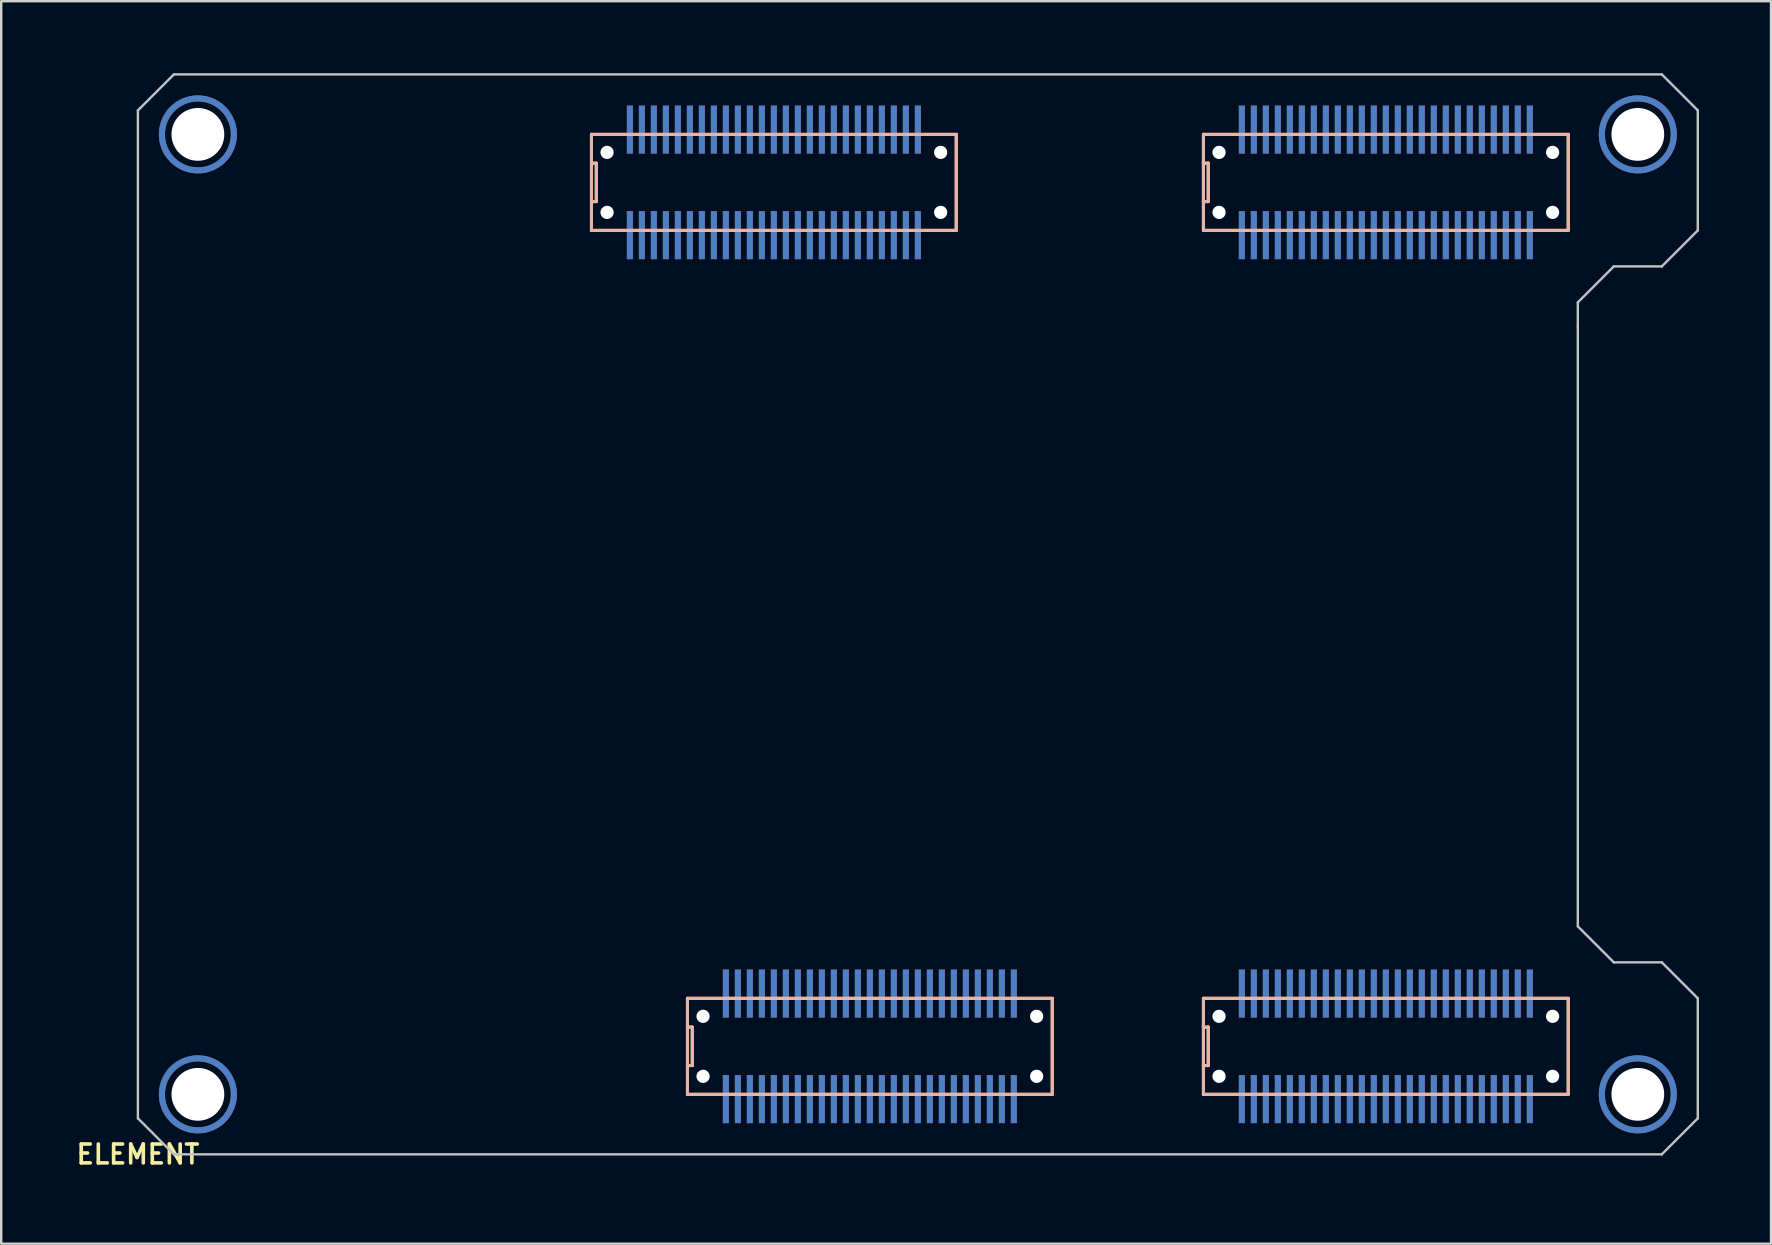
<source format=kicad_pcb>
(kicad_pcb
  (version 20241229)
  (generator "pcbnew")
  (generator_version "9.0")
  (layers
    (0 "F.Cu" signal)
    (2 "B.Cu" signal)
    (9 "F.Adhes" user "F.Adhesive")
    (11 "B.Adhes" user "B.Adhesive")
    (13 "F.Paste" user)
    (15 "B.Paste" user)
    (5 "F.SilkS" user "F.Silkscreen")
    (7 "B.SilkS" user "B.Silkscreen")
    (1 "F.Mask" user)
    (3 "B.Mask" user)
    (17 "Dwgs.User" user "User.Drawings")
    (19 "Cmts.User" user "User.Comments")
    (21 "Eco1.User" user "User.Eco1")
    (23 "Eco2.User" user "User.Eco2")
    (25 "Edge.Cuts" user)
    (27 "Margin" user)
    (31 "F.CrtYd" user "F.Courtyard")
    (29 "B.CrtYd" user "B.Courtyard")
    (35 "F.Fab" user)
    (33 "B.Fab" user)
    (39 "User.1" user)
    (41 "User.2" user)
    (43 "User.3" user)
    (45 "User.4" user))
  (footprint "ELEMENT"
    (layer "F.Cu")
    (at 2.696 45.05)
    (property "Reference" "ELEMENT" (at 0 0 0) (layer "F.SilkS") (effects (font (size 0.787 0.787) (thickness 0.15))))
    (attr smd)
    (fp_circle (center 2.5 -42.5) (end 4 -42.5) (stroke (width 0.254) (type solid)) (fill no) (layer "F.Cu"))
    (fp_circle (center 2.5 -2.5) (end 4 -2.5) (stroke (width 0.254) (type solid)) (fill no) (layer "F.Cu"))
    (fp_circle (center 62.5 -42.5) (end 64 -42.5) (stroke (width 0.254) (type solid)) (fill no) (layer "F.Cu"))
    (fp_circle (center 62.5 -2.5) (end 64 -2.5) (stroke (width 0.254) (type solid)) (fill no) (layer "F.Cu"))
    (fp_circle (center 2.5 -42.5) (end 4 -42.5) (stroke (width 0.254) (type solid)) (fill no) (layer "F.Mask"))
    (fp_circle (center 2.5 -2.5) (end 4 -2.5) (stroke (width 0.254) (type solid)) (fill no) (layer "F.Mask"))
    (fp_circle (center 62.5 -42.5) (end 64 -42.5) (stroke (width 0.254) (type solid)) (fill no) (layer "F.Mask"))
    (fp_circle (center 62.5 -2.5) (end 64 -2.5) (stroke (width 0.254) (type solid)) (fill no) (layer "F.Mask"))
    (fp_circle (center 2.5 -42.5) (end 4 -42.5) (stroke (width 0.254) (type solid)) (fill no) (layer "B.Cu"))
    (fp_circle (center 2.5 -2.5) (end 4 -2.5) (stroke (width 0.254) (type solid)) (fill no) (layer "B.Cu"))
    (fp_circle (center 62.5 -42.5) (end 64 -42.5) (stroke (width 0.254) (type solid)) (fill no) (layer "B.Cu"))
    (fp_circle (center 62.5 -2.5) (end 64 -2.5) (stroke (width 0.254) (type solid)) (fill no) (layer "B.Cu"))
    (fp_circle (center 2.5 -42.5) (end 4 -42.5) (stroke (width 0.254) (type solid)) (fill no) (layer "B.Mask"))
    (fp_circle (center 2.5 -2.5) (end 4 -2.5) (stroke (width 0.254) (type solid)) (fill no) (layer "B.Mask"))
    (fp_circle (center 62.5 -42.5) (end 64 -42.5) (stroke (width 0.254) (type solid)) (fill no) (layer "B.Mask"))
    (fp_circle (center 62.5 -2.5) (end 64 -2.5) (stroke (width 0.254) (type solid)) (fill no) (layer "B.Mask"))
    (fp_line (start 18.9 -42.5) (end 34.1 -42.5) (stroke (width 0.127) (type solid)) (layer "F.SilkS"))
    (fp_line (start 18.9 -41.3) (end 18.9 -42.5) (stroke (width 0.127) (type solid)) (layer "F.SilkS"))
    (fp_line (start 18.9 -39.7) (end 18.9 -41.3) (stroke (width 0.127) (type solid)) (layer "F.SilkS"))
    (fp_line (start 18.9 -39.7) (end 19.1 -39.7) (stroke (width 0.127) (type solid)) (layer "F.SilkS"))
    (fp_line (start 18.9 -38.5) (end 18.9 -39.7) (stroke (width 0.127) (type solid)) (layer "F.SilkS"))
    (fp_line (start 19.1 -41.3) (end 18.9 -41.3) (stroke (width 0.127) (type solid)) (layer "F.SilkS"))
    (fp_line (start 19.1 -39.7) (end 19.1 -41.3) (stroke (width 0.127) (type solid)) (layer "F.SilkS"))
    (fp_line (start 22.9 -6.5) (end 38.1 -6.5) (stroke (width 0.127) (type solid)) (layer "F.SilkS"))
    (fp_line (start 22.9 -5.3) (end 22.9 -6.5) (stroke (width 0.127) (type solid)) (layer "F.SilkS"))
    (fp_line (start 22.9 -3.7) (end 22.9 -5.3) (stroke (width 0.127) (type solid)) (layer "F.SilkS"))
    (fp_line (start 22.9 -3.7) (end 23.1 -3.7) (stroke (width 0.127) (type solid)) (layer "F.SilkS"))
    (fp_line (start 22.9 -2.5) (end 22.9 -3.7) (stroke (width 0.127) (type solid)) (layer "F.SilkS"))
    (fp_line (start 23.1 -5.3) (end 22.9 -5.3) (stroke (width 0.127) (type solid)) (layer "F.SilkS"))
    (fp_line (start 23.1 -3.7) (end 23.1 -5.3) (stroke (width 0.127) (type solid)) (layer "F.SilkS"))
    (fp_line (start 34.1 -42.5) (end 34.1 -38.5) (stroke (width 0.127) (type solid)) (layer "F.SilkS"))
    (fp_line (start 34.1 -38.5) (end 18.9 -38.5) (stroke (width 0.127) (type solid)) (layer "F.SilkS"))
    (fp_line (start 38.1 -6.5) (end 38.1 -2.5) (stroke (width 0.127) (type solid)) (layer "F.SilkS"))
    (fp_line (start 38.1 -2.5) (end 22.9 -2.5) (stroke (width 0.127) (type solid)) (layer "F.SilkS"))
    (fp_line (start 44.4 -42.5) (end 59.6 -42.5) (stroke (width 0.127) (type solid)) (layer "F.SilkS"))
    (fp_line (start 44.4 -41.3) (end 44.4 -42.5) (stroke (width 0.127) (type solid)) (layer "F.SilkS"))
    (fp_line (start 44.4 -39.7) (end 44.4 -41.3) (stroke (width 0.127) (type solid)) (layer "F.SilkS"))
    (fp_line (start 44.4 -39.7) (end 44.6 -39.7) (stroke (width 0.127) (type solid)) (layer "F.SilkS"))
    (fp_line (start 44.4 -38.5) (end 44.4 -39.7) (stroke (width 0.127) (type solid)) (layer "F.SilkS"))
    (fp_line (start 44.4 -6.5) (end 59.6 -6.5) (stroke (width 0.127) (type solid)) (layer "F.SilkS"))
    (fp_line (start 44.4 -5.3) (end 44.4 -6.5) (stroke (width 0.127) (type solid)) (layer "F.SilkS"))
    (fp_line (start 44.4 -3.7) (end 44.4 -5.3) (stroke (width 0.127) (type solid)) (layer "F.SilkS"))
    (fp_line (start 44.4 -3.7) (end 44.6 -3.7) (stroke (width 0.127) (type solid)) (layer "F.SilkS"))
    (fp_line (start 44.4 -2.5) (end 44.4 -3.7) (stroke (width 0.127) (type solid)) (layer "F.SilkS"))
    (fp_line (start 44.6 -41.3) (end 44.4 -41.3) (stroke (width 0.127) (type solid)) (layer "F.SilkS"))
    (fp_line (start 44.6 -39.7) (end 44.6 -41.3) (stroke (width 0.127) (type solid)) (layer "F.SilkS"))
    (fp_line (start 44.6 -5.3) (end 44.4 -5.3) (stroke (width 0.127) (type solid)) (layer "F.SilkS"))
    (fp_line (start 44.6 -3.7) (end 44.6 -5.3) (stroke (width 0.127) (type solid)) (layer "F.SilkS"))
    (fp_line (start 59.6 -42.5) (end 59.6 -38.5) (stroke (width 0.127) (type solid)) (layer "F.SilkS"))
    (fp_line (start 59.6 -38.5) (end 44.4 -38.5) (stroke (width 0.127) (type solid)) (layer "F.SilkS"))
    (fp_line (start 59.6 -6.5) (end 59.6 -2.5) (stroke (width 0.127) (type solid)) (layer "F.SilkS"))
    (fp_line (start 59.6 -2.5) (end 44.4 -2.5) (stroke (width 0.127) (type solid)) (layer "F.SilkS"))
    (fp_line (start 18.9 -42.5) (end 18.9 -41.3) (stroke (width 0.127) (type solid)) (layer "B.SilkS"))
    (fp_line (start 18.9 -41.3) (end 18.9 -39.7) (stroke (width 0.127) (type solid)) (layer "B.SilkS"))
    (fp_line (start 18.9 -41.3) (end 19.1 -41.3) (stroke (width 0.127) (type solid)) (layer "B.SilkS"))
    (fp_line (start 18.9 -39.7) (end 18.9 -38.5) (stroke (width 0.127) (type solid)) (layer "B.SilkS"))
    (fp_line (start 18.9 -38.5) (end 34.1 -38.5) (stroke (width 0.127) (type solid)) (layer "B.SilkS"))
    (fp_line (start 19.1 -41.3) (end 19.1 -39.7) (stroke (width 0.127) (type solid)) (layer "B.SilkS"))
    (fp_line (start 19.1 -39.7) (end 18.9 -39.7) (stroke (width 0.127) (type solid)) (layer "B.SilkS"))
    (fp_line (start 22.9 -6.5) (end 22.9 -5.3) (stroke (width 0.127) (type solid)) (layer "B.SilkS"))
    (fp_line (start 22.9 -5.3) (end 22.9 -3.7) (stroke (width 0.127) (type solid)) (layer "B.SilkS"))
    (fp_line (start 22.9 -5.3) (end 23.1 -5.3) (stroke (width 0.127) (type solid)) (layer "B.SilkS"))
    (fp_line (start 22.9 -3.7) (end 22.9 -2.5) (stroke (width 0.127) (type solid)) (layer "B.SilkS"))
    (fp_line (start 22.9 -2.5) (end 38.1 -2.5) (stroke (width 0.127) (type solid)) (layer "B.SilkS"))
    (fp_line (start 23.1 -5.3) (end 23.1 -3.7) (stroke (width 0.127) (type solid)) (layer "B.SilkS"))
    (fp_line (start 23.1 -3.7) (end 22.9 -3.7) (stroke (width 0.127) (type solid)) (layer "B.SilkS"))
    (fp_line (start 34.1 -42.5) (end 18.9 -42.5) (stroke (width 0.127) (type solid)) (layer "B.SilkS"))
    (fp_line (start 34.1 -38.5) (end 34.1 -42.5) (stroke (width 0.127) (type solid)) (layer "B.SilkS"))
    (fp_line (start 38.1 -6.5) (end 22.9 -6.5) (stroke (width 0.127) (type solid)) (layer "B.SilkS"))
    (fp_line (start 38.1 -2.5) (end 38.1 -6.5) (stroke (width 0.127) (type solid)) (layer "B.SilkS"))
    (fp_line (start 44.4 -42.5) (end 44.4 -41.3) (stroke (width 0.127) (type solid)) (layer "B.SilkS"))
    (fp_line (start 44.4 -41.3) (end 44.4 -39.7) (stroke (width 0.127) (type solid)) (layer "B.SilkS"))
    (fp_line (start 44.4 -41.3) (end 44.6 -41.3) (stroke (width 0.127) (type solid)) (layer "B.SilkS"))
    (fp_line (start 44.4 -39.7) (end 44.4 -38.5) (stroke (width 0.127) (type solid)) (layer "B.SilkS"))
    (fp_line (start 44.4 -38.5) (end 59.6 -38.5) (stroke (width 0.127) (type solid)) (layer "B.SilkS"))
    (fp_line (start 44.4 -6.5) (end 44.4 -5.3) (stroke (width 0.127) (type solid)) (layer "B.SilkS"))
    (fp_line (start 44.4 -5.3) (end 44.4 -3.7) (stroke (width 0.127) (type solid)) (layer "B.SilkS"))
    (fp_line (start 44.4 -5.3) (end 44.6 -5.3) (stroke (width 0.127) (type solid)) (layer "B.SilkS"))
    (fp_line (start 44.4 -3.7) (end 44.4 -2.5) (stroke (width 0.127) (type solid)) (layer "B.SilkS"))
    (fp_line (start 44.4 -2.5) (end 59.6 -2.5) (stroke (width 0.127) (type solid)) (layer "B.SilkS"))
    (fp_line (start 44.6 -41.3) (end 44.6 -39.7) (stroke (width 0.127) (type solid)) (layer "B.SilkS"))
    (fp_line (start 44.6 -39.7) (end 44.4 -39.7) (stroke (width 0.127) (type solid)) (layer "B.SilkS"))
    (fp_line (start 44.6 -5.3) (end 44.6 -3.7) (stroke (width 0.127) (type solid)) (layer "B.SilkS"))
    (fp_line (start 44.6 -3.7) (end 44.4 -3.7) (stroke (width 0.127) (type solid)) (layer "B.SilkS"))
    (fp_line (start 59.6 -42.5) (end 44.4 -42.5) (stroke (width 0.127) (type solid)) (layer "B.SilkS"))
    (fp_line (start 59.6 -38.5) (end 59.6 -42.5) (stroke (width 0.127) (type solid)) (layer "B.SilkS"))
    (fp_line (start 59.6 -6.5) (end 44.4 -6.5) (stroke (width 0.127) (type solid)) (layer "B.SilkS"))
    (fp_line (start 59.6 -2.5) (end 59.6 -6.5) (stroke (width 0.127) (type solid)) (layer "B.SilkS"))
    (fp_line (start 0 -43.5) (end 0 -1.5) (stroke (width 0.1) (type solid)) (layer "Dwgs.User"))
    (fp_line (start 0 -1.5) (end 1.5 0) (stroke (width 0.1) (type solid)) (layer "Dwgs.User"))
    (fp_line (start 1.5 -45) (end 0 -43.5) (stroke (width 0.1) (type solid)) (layer "Dwgs.User"))
    (fp_line (start 1.5 0) (end 63.5 0) (stroke (width 0.1) (type solid)) (layer "Dwgs.User"))
    (fp_line (start 60 -35.5) (end 61.5 -37) (stroke (width 0.1) (type solid)) (layer "Dwgs.User"))
    (fp_line (start 60 -34.5) (end 60 -35.5) (stroke (width 0.1) (type solid)) (layer "Dwgs.User"))
    (fp_line (start 60 -9.5) (end 60 -34.5) (stroke (width 0.1) (type solid)) (layer "Dwgs.User"))
    (fp_line (start 61.5 -37) (end 63.5 -37) (stroke (width 0.1) (type solid)) (layer "Dwgs.User"))
    (fp_line (start 61.5 -8) (end 60 -9.5) (stroke (width 0.1) (type solid)) (layer "Dwgs.User"))
    (fp_line (start 63.5 -45) (end 1.5 -45) (stroke (width 0.1) (type solid)) (layer "Dwgs.User"))
    (fp_line (start 63.5 -37) (end 65 -38.5) (stroke (width 0.1) (type solid)) (layer "Dwgs.User"))
    (fp_line (start 63.5 -8) (end 61.5 -8) (stroke (width 0.1) (type solid)) (layer "Dwgs.User"))
    (fp_line (start 63.5 0) (end 65 -1.5) (stroke (width 0.1) (type solid)) (layer "Dwgs.User"))
    (fp_line (start 65 -43.5) (end 63.5 -45) (stroke (width 0.1) (type solid)) (layer "Dwgs.User"))
    (fp_line (start 65 -38.5) (end 65 -43.5) (stroke (width 0.1) (type solid)) (layer "Dwgs.User"))
    (fp_line (start 65 -6.5) (end 63.5 -8) (stroke (width 0.1) (type solid)) (layer "Dwgs.User"))
    (fp_line (start 65 -1.5) (end 65 -6.5) (stroke (width 0.1) (type solid)) (layer "Dwgs.User"))
    (pad "" np_thru_hole circle (at 2.5 -42.5) (size 2.2 2.2) (drill 2.2) (layers "*.Cu" "*.Mask"))
    (pad "" np_thru_hole circle (at 2.5 -2.5) (size 2.2 2.2) (drill 2.2) (layers "*.Cu" "*.Mask"))
    (pad "" np_thru_hole circle (at 19.55 -41.75) (size 0.55 0.55) (drill 0.55) (layers "*.Cu" "*.Mask"))
    (pad "" np_thru_hole circle (at 19.55 -39.25) (size 0.55 0.55) (drill 0.55) (layers "*.Cu" "*.Mask"))
    (pad "" np_thru_hole circle (at 23.55 -5.75) (size 0.55 0.55) (drill 0.55) (layers "*.Cu" "*.Mask"))
    (pad "" np_thru_hole circle (at 23.55 -3.25) (size 0.55 0.55) (drill 0.55) (layers "*.Cu" "*.Mask"))
    (pad "" np_thru_hole circle (at 33.45 -41.75) (size 0.55 0.55) (drill 0.55) (layers "*.Cu" "*.Mask"))
    (pad "" np_thru_hole circle (at 33.45 -39.25) (size 0.55 0.55) (drill 0.55) (layers "*.Cu" "*.Mask"))
    (pad "" np_thru_hole circle (at 37.45 -5.75) (size 0.55 0.55) (drill 0.55) (layers "*.Cu" "*.Mask"))
    (pad "" np_thru_hole circle (at 37.45 -3.25) (size 0.55 0.55) (drill 0.55) (layers "*.Cu" "*.Mask"))
    (pad "" np_thru_hole circle (at 45.05 -41.75) (size 0.55 0.55) (drill 0.55) (layers "*.Cu" "*.Mask"))
    (pad "" np_thru_hole circle (at 45.05 -39.25) (size 0.55 0.55) (drill 0.55) (layers "*.Cu" "*.Mask"))
    (pad "" np_thru_hole circle (at 45.05 -5.75) (size 0.55 0.55) (drill 0.55) (layers "*.Cu" "*.Mask"))
    (pad "" np_thru_hole circle (at 45.05 -3.25) (size 0.55 0.55) (drill 0.55) (layers "*.Cu" "*.Mask"))
    (pad "" np_thru_hole circle (at 58.95 -41.75) (size 0.55 0.55) (drill 0.55) (layers "*.Cu" "*.Mask"))
    (pad "" np_thru_hole circle (at 58.95 -39.25) (size 0.55 0.55) (drill 0.55) (layers "*.Cu" "*.Mask"))
    (pad "" np_thru_hole circle (at 58.95 -5.75) (size 0.55 0.55) (drill 0.55) (layers "*.Cu" "*.Mask"))
    (pad "" np_thru_hole circle (at 58.95 -3.25) (size 0.55 0.55) (drill 0.55) (layers "*.Cu" "*.Mask"))
    (pad "" np_thru_hole circle (at 62.5 -42.5) (size 2.2 2.2) (drill 2.2) (layers "*.Cu" "*.Mask"))
    (pad "" np_thru_hole circle (at 62.5 -2.5) (size 2.2 2.2) (drill 2.2) (layers "*.Cu" "*.Mask"))
    (pad "AB_1" smd rect (at 20.5 -38.3 90) (size 2 0.25) (layers "B.Cu" "B.Mask" "B.Paste"))
    (pad "AB_2" smd rect (at 21 -38.3 90) (size 2 0.25) (layers "B.Cu" "B.Mask" "B.Paste"))
    (pad "AB_3" smd rect (at 21.5 -38.3 90) (size 2 0.25) (layers "B.Cu" "B.Mask" "B.Paste"))
    (pad "AB_4" smd rect (at 22 -38.3 90) (size 2 0.25) (layers "B.Cu" "B.Mask" "B.Paste"))
    (pad "AB_5" smd rect (at 22.5 -38.3 90) (size 2 0.25) (layers "B.Cu" "B.Mask" "B.Paste"))
    (pad "AB_6" smd rect (at 23 -38.3 90) (size 2 0.25) (layers "B.Cu" "B.Mask" "B.Paste"))
    (pad "AB_7" smd rect (at 23.5 -38.3 90) (size 2 0.25) (layers "B.Cu" "B.Mask" "B.Paste"))
    (pad "AB_8" smd rect (at 24 -38.3 90) (size 2 0.25) (layers "B.Cu" "B.Mask" "B.Paste"))
    (pad "AB_9" smd rect (at 24.5 -38.3 90) (size 2 0.25) (layers "B.Cu" "B.Mask" "B.Paste"))
    (pad "AB_10" smd rect (at 25 -38.3 90) (size 2 0.25) (layers "B.Cu" "B.Mask" "B.Paste"))
    (pad "AB_11" smd rect (at 25.5 -38.3 90) (size 2 0.25) (layers "B.Cu" "B.Mask" "B.Paste"))
    (pad "AB_12" smd rect (at 26 -38.3 90) (size 2 0.25) (layers "B.Cu" "B.Mask" "B.Paste"))
    (pad "AB_13" smd rect (at 26.5 -38.3 90) (size 2 0.25) (layers "B.Cu" "B.Mask" "B.Paste"))
    (pad "AB_14" smd rect (at 27 -38.3 90) (size 2 0.25) (layers "B.Cu" "B.Mask" "B.Paste"))
    (pad "AB_15" smd rect (at 27.5 -38.3 90) (size 2 0.25) (layers "B.Cu" "B.Mask" "B.Paste"))
    (pad "AB_16" smd rect (at 28 -38.3 90) (size 2 0.25) (layers "B.Cu" "B.Mask" "B.Paste"))
    (pad "AB_17" smd rect (at 28.5 -38.3 90) (size 2 0.25) (layers "B.Cu" "B.Mask" "B.Paste"))
    (pad "AB_18" smd rect (at 29 -38.3 90) (size 2 0.25) (layers "B.Cu" "B.Mask" "B.Paste"))
    (pad "AB_19" smd rect (at 29.5 -38.3 90) (size 2 0.25) (layers "B.Cu" "B.Mask" "B.Paste"))
    (pad "AB_20" smd rect (at 30 -38.3 90) (size 2 0.25) (layers "B.Cu" "B.Mask" "B.Paste"))
    (pad "AB_21" smd rect (at 30.5 -38.3 90) (size 2 0.25) (layers "B.Cu" "B.Mask" "B.Paste"))
    (pad "AB_22" smd rect (at 31 -38.3 90) (size 2 0.25) (layers "B.Cu" "B.Mask" "B.Paste"))
    (pad "AB_23" smd rect (at 31.5 -38.3 90) (size 2 0.25) (layers "B.Cu" "B.Mask" "B.Paste"))
    (pad "AB_24" smd rect (at 32 -38.3 90) (size 2 0.25) (layers "B.Cu" "B.Mask" "B.Paste"))
    (pad "AB_25" smd rect (at 32.5 -38.3 90) (size 2 0.25) (layers "B.Cu" "B.Mask" "B.Paste"))
    (pad "AB_26" smd rect (at 32.5 -42.7 90) (size 2 0.25) (layers "B.Cu" "B.Mask" "B.Paste"))
    (pad "AB_27" smd rect (at 32 -42.7 90) (size 2 0.25) (layers "B.Cu" "B.Mask" "B.Paste"))
    (pad "AB_28" smd rect (at 31.5 -42.7 90) (size 2 0.25) (layers "B.Cu" "B.Mask" "B.Paste"))
    (pad "AB_29" smd rect (at 31 -42.7 90) (size 2 0.25) (layers "B.Cu" "B.Mask" "B.Paste"))
    (pad "AB_30" smd rect (at 30.5 -42.7 90) (size 2 0.25) (layers "B.Cu" "B.Mask" "B.Paste"))
    (pad "AB_31" smd rect (at 30 -42.7 90) (size 2 0.25) (layers "B.Cu" "B.Mask" "B.Paste"))
    (pad "AB_32" smd rect (at 29.5 -42.7 90) (size 2 0.25) (layers "B.Cu" "B.Mask" "B.Paste"))
    (pad "AB_33" smd rect (at 29 -42.7 90) (size 2 0.25) (layers "B.Cu" "B.Mask" "B.Paste"))
    (pad "AB_34" smd rect (at 28.5 -42.7 90) (size 2 0.25) (layers "B.Cu" "B.Mask" "B.Paste"))
    (pad "AB_35" smd rect (at 28 -42.7 90) (size 2 0.25) (layers "B.Cu" "B.Mask" "B.Paste"))
    (pad "AB_36" smd rect (at 27.5 -42.7 90) (size 2 0.25) (layers "B.Cu" "B.Mask" "B.Paste"))
    (pad "AB_37" smd rect (at 27 -42.7 90) (size 2 0.25) (layers "B.Cu" "B.Mask" "B.Paste"))
    (pad "AB_38" smd rect (at 26.5 -42.7 90) (size 2 0.25) (layers "B.Cu" "B.Mask" "B.Paste"))
    (pad "AB_39" smd rect (at 26 -42.7 90) (size 2 0.25) (layers "B.Cu" "B.Mask" "B.Paste"))
    (pad "AB_40" smd rect (at 25.5 -42.7 90) (size 2 0.25) (layers "B.Cu" "B.Mask" "B.Paste"))
    (pad "AB_41" smd rect (at 25 -42.7 90) (size 2 0.25) (layers "B.Cu" "B.Mask" "B.Paste"))
    (pad "AB_42" smd rect (at 24.5 -42.7 90) (size 2 0.25) (layers "B.Cu" "B.Mask" "B.Paste"))
    (pad "AB_43" smd rect (at 24 -42.7 90) (size 2 0.25) (layers "B.Cu" "B.Mask" "B.Paste"))
    (pad "AB_44" smd rect (at 23.5 -42.7 90) (size 2 0.25) (layers "B.Cu" "B.Mask" "B.Paste"))
    (pad "AB_45" smd rect (at 23 -42.7 90) (size 2 0.25) (layers "B.Cu" "B.Mask" "B.Paste"))
    (pad "AB_46" smd rect (at 22.5 -42.7 90) (size 2 0.25) (layers "B.Cu" "B.Mask" "B.Paste"))
    (pad "AB_47" smd rect (at 22 -42.7 90) (size 2 0.25) (layers "B.Cu" "B.Mask" "B.Paste"))
    (pad "AB_48" smd rect (at 21.5 -42.7 90) (size 2 0.25) (layers "B.Cu" "B.Mask" "B.Paste"))
    (pad "AB_49" smd rect (at 21 -42.7 90) (size 2 0.25) (layers "B.Cu" "B.Mask" "B.Paste"))
    (pad "AB_50" smd rect (at 20.5 -42.7 90) (size 2 0.25) (layers "B.Cu" "B.Mask" "B.Paste"))
    (pad "AT_1" smd rect (at 20.5 -38.3 270) (size 2 0.25) (layers "F.Cu" "F.Mask" "F.Paste"))
    (pad "AT_2" smd rect (at 21 -38.3 270) (size 2 0.25) (layers "F.Cu" "F.Mask" "F.Paste"))
    (pad "AT_3" smd rect (at 21.5 -38.3 270) (size 2 0.25) (layers "F.Cu" "F.Mask" "F.Paste"))
    (pad "AT_4" smd rect (at 22 -38.3 270) (size 2 0.25) (layers "F.Cu" "F.Mask" "F.Paste"))
    (pad "AT_5" smd rect (at 22.5 -38.3 270) (size 2 0.25) (layers "F.Cu" "F.Mask" "F.Paste"))
    (pad "AT_6" smd rect (at 23 -38.3 270) (size 2 0.25) (layers "F.Cu" "F.Mask" "F.Paste"))
    (pad "AT_7" smd rect (at 23.5 -38.3 270) (size 2 0.25) (layers "F.Cu" "F.Mask" "F.Paste"))
    (pad "AT_8" smd rect (at 24 -38.3 270) (size 2 0.25) (layers "F.Cu" "F.Mask" "F.Paste"))
    (pad "AT_9" smd rect (at 24.5 -38.3 270) (size 2 0.25) (layers "F.Cu" "F.Mask" "F.Paste"))
    (pad "AT_10" smd rect (at 25 -38.3 270) (size 2 0.25) (layers "F.Cu" "F.Mask" "F.Paste"))
    (pad "AT_11" smd rect (at 25.5 -38.3 270) (size 2 0.25) (layers "F.Cu" "F.Mask" "F.Paste"))
    (pad "AT_12" smd rect (at 26 -38.3 270) (size 2 0.25) (layers "F.Cu" "F.Mask" "F.Paste"))
    (pad "AT_13" smd rect (at 26.5 -38.3 270) (size 2 0.25) (layers "F.Cu" "F.Mask" "F.Paste"))
    (pad "AT_14" smd rect (at 27 -38.3 270) (size 2 0.25) (layers "F.Cu" "F.Mask" "F.Paste"))
    (pad "AT_15" smd rect (at 27.5 -38.3 270) (size 2 0.25) (layers "F.Cu" "F.Mask" "F.Paste"))
    (pad "AT_16" smd rect (at 28 -38.3 270) (size 2 0.25) (layers "F.Cu" "F.Mask" "F.Paste"))
    (pad "AT_17" smd rect (at 28.5 -38.3 270) (size 2 0.25) (layers "F.Cu" "F.Mask" "F.Paste"))
    (pad "AT_18" smd rect (at 29 -38.3 270) (size 2 0.25) (layers "F.Cu" "F.Mask" "F.Paste"))
    (pad "AT_19" smd rect (at 29.5 -38.3 270) (size 2 0.25) (layers "F.Cu" "F.Mask" "F.Paste"))
    (pad "AT_20" smd rect (at 30 -38.3 270) (size 2 0.25) (layers "F.Cu" "F.Mask" "F.Paste"))
    (pad "AT_21" smd rect (at 30.5 -38.3 270) (size 2 0.25) (layers "F.Cu" "F.Mask" "F.Paste"))
    (pad "AT_22" smd rect (at 31 -38.3 270) (size 2 0.25) (layers "F.Cu" "F.Mask" "F.Paste"))
    (pad "AT_23" smd rect (at 31.5 -38.3 270) (size 2 0.25) (layers "F.Cu" "F.Mask" "F.Paste"))
    (pad "AT_24" smd rect (at 32 -38.3 270) (size 2 0.25) (layers "F.Cu" "F.Mask" "F.Paste"))
    (pad "AT_25" smd rect (at 32.5 -38.3 270) (size 2 0.25) (layers "F.Cu" "F.Mask" "F.Paste"))
    (pad "AT_26" smd rect (at 32.5 -42.7 270) (size 2 0.25) (layers "F.Cu" "F.Mask" "F.Paste"))
    (pad "AT_27" smd rect (at 32 -42.7 270) (size 2 0.25) (layers "F.Cu" "F.Mask" "F.Paste"))
    (pad "AT_28" smd rect (at 31.5 -42.7 270) (size 2 0.25) (layers "F.Cu" "F.Mask" "F.Paste"))
    (pad "AT_29" smd rect (at 31 -42.7 270) (size 2 0.25) (layers "F.Cu" "F.Mask" "F.Paste"))
    (pad "AT_30" smd rect (at 30.5 -42.7 270) (size 2 0.25) (layers "F.Cu" "F.Mask" "F.Paste"))
    (pad "AT_31" smd rect (at 30 -42.7 270) (size 2 0.25) (layers "F.Cu" "F.Mask" "F.Paste"))
    (pad "AT_32" smd rect (at 29.5 -42.7 270) (size 2 0.25) (layers "F.Cu" "F.Mask" "F.Paste"))
    (pad "AT_33" smd rect (at 29 -42.7 270) (size 2 0.25) (layers "F.Cu" "F.Mask" "F.Paste"))
    (pad "AT_34" smd rect (at 28.5 -42.7 270) (size 2 0.25) (layers "F.Cu" "F.Mask" "F.Paste"))
    (pad "AT_35" smd rect (at 28 -42.7 270) (size 2 0.25) (layers "F.Cu" "F.Mask" "F.Paste"))
    (pad "AT_36" smd rect (at 27.5 -42.7 270) (size 2 0.25) (layers "F.Cu" "F.Mask" "F.Paste"))
    (pad "AT_37" smd rect (at 27 -42.7 270) (size 2 0.25) (layers "F.Cu" "F.Mask" "F.Paste"))
    (pad "AT_38" smd rect (at 26.5 -42.7 270) (size 2 0.25) (layers "F.Cu" "F.Mask" "F.Paste"))
    (pad "AT_39" smd rect (at 26 -42.7 270) (size 2 0.25) (layers "F.Cu" "F.Mask" "F.Paste"))
    (pad "AT_40" smd rect (at 25.5 -42.7 270) (size 2 0.25) (layers "F.Cu" "F.Mask" "F.Paste"))
    (pad "AT_41" smd rect (at 25 -42.7 270) (size 2 0.25) (layers "F.Cu" "F.Mask" "F.Paste"))
    (pad "AT_42" smd rect (at 24.5 -42.7 270) (size 2 0.25) (layers "F.Cu" "F.Mask" "F.Paste"))
    (pad "AT_43" smd rect (at 24 -42.7 270) (size 2 0.25) (layers "F.Cu" "F.Mask" "F.Paste"))
    (pad "AT_44" smd rect (at 23.5 -42.7 270) (size 2 0.25) (layers "F.Cu" "F.Mask" "F.Paste"))
    (pad "AT_45" smd rect (at 23 -42.7 270) (size 2 0.25) (layers "F.Cu" "F.Mask" "F.Paste"))
    (pad "AT_46" smd rect (at 22.5 -42.7 270) (size 2 0.25) (layers "F.Cu" "F.Mask" "F.Paste"))
    (pad "AT_47" smd rect (at 22 -42.7 270) (size 2 0.25) (layers "F.Cu" "F.Mask" "F.Paste"))
    (pad "AT_48" smd rect (at 21.5 -42.7 270) (size 2 0.25) (layers "F.Cu" "F.Mask" "F.Paste"))
    (pad "AT_49" smd rect (at 21 -42.7 270) (size 2 0.25) (layers "F.Cu" "F.Mask" "F.Paste"))
    (pad "AT_50" smd rect (at 20.5 -42.7 270) (size 2 0.25) (layers "F.Cu" "F.Mask" "F.Paste"))
    (pad "BB_1" smd rect (at 46 -38.3 90) (size 2 0.25) (layers "B.Cu" "B.Mask" "B.Paste"))
    (pad "BB_2" smd rect (at 46.5 -38.3 90) (size 2 0.25) (layers "B.Cu" "B.Mask" "B.Paste"))
    (pad "BB_3" smd rect (at 47 -38.3 90) (size 2 0.25) (layers "B.Cu" "B.Mask" "B.Paste"))
    (pad "BB_4" smd rect (at 47.5 -38.3 90) (size 2 0.25) (layers "B.Cu" "B.Mask" "B.Paste"))
    (pad "BB_5" smd rect (at 48 -38.3 90) (size 2 0.25) (layers "B.Cu" "B.Mask" "B.Paste"))
    (pad "BB_6" smd rect (at 48.5 -38.3 90) (size 2 0.25) (layers "B.Cu" "B.Mask" "B.Paste"))
    (pad "BB_7" smd rect (at 49 -38.3 90) (size 2 0.25) (layers "B.Cu" "B.Mask" "B.Paste"))
    (pad "BB_8" smd rect (at 49.5 -38.3 90) (size 2 0.25) (layers "B.Cu" "B.Mask" "B.Paste"))
    (pad "BB_9" smd rect (at 50 -38.3 90) (size 2 0.25) (layers "B.Cu" "B.Mask" "B.Paste"))
    (pad "BB_10" smd rect (at 50.5 -38.3 90) (size 2 0.25) (layers "B.Cu" "B.Mask" "B.Paste"))
    (pad "BB_11" smd rect (at 51 -38.3 90) (size 2 0.25) (layers "B.Cu" "B.Mask" "B.Paste"))
    (pad "BB_12" smd rect (at 51.5 -38.3 90) (size 2 0.25) (layers "B.Cu" "B.Mask" "B.Paste"))
    (pad "BB_13" smd rect (at 52 -38.3 90) (size 2 0.25) (layers "B.Cu" "B.Mask" "B.Paste"))
    (pad "BB_14" smd rect (at 52.5 -38.3 90) (size 2 0.25) (layers "B.Cu" "B.Mask" "B.Paste"))
    (pad "BB_15" smd rect (at 53 -38.3 90) (size 2 0.25) (layers "B.Cu" "B.Mask" "B.Paste"))
    (pad "BB_16" smd rect (at 53.5 -38.3 90) (size 2 0.25) (layers "B.Cu" "B.Mask" "B.Paste"))
    (pad "BB_17" smd rect (at 54 -38.3 90) (size 2 0.25) (layers "B.Cu" "B.Mask" "B.Paste"))
    (pad "BB_18" smd rect (at 54.5 -38.3 90) (size 2 0.25) (layers "B.Cu" "B.Mask" "B.Paste"))
    (pad "BB_19" smd rect (at 55 -38.3 90) (size 2 0.25) (layers "B.Cu" "B.Mask" "B.Paste"))
    (pad "BB_20" smd rect (at 55.5 -38.3 90) (size 2 0.25) (layers "B.Cu" "B.Mask" "B.Paste"))
    (pad "BB_21" smd rect (at 56 -38.3 90) (size 2 0.25) (layers "B.Cu" "B.Mask" "B.Paste"))
    (pad "BB_22" smd rect (at 56.5 -38.3 90) (size 2 0.25) (layers "B.Cu" "B.Mask" "B.Paste"))
    (pad "BB_23" smd rect (at 57 -38.3 90) (size 2 0.25) (layers "B.Cu" "B.Mask" "B.Paste"))
    (pad "BB_24" smd rect (at 57.5 -38.3 90) (size 2 0.25) (layers "B.Cu" "B.Mask" "B.Paste"))
    (pad "BB_25" smd rect (at 58 -38.3 90) (size 2 0.25) (layers "B.Cu" "B.Mask" "B.Paste"))
    (pad "BB_26" smd rect (at 58 -42.7 90) (size 2 0.25) (layers "B.Cu" "B.Mask" "B.Paste"))
    (pad "BB_27" smd rect (at 57.5 -42.7 90) (size 2 0.25) (layers "B.Cu" "B.Mask" "B.Paste"))
    (pad "BB_28" smd rect (at 57 -42.7 90) (size 2 0.25) (layers "B.Cu" "B.Mask" "B.Paste"))
    (pad "BB_29" smd rect (at 56.5 -42.7 90) (size 2 0.25) (layers "B.Cu" "B.Mask" "B.Paste"))
    (pad "BB_30" smd rect (at 56 -42.7 90) (size 2 0.25) (layers "B.Cu" "B.Mask" "B.Paste"))
    (pad "BB_31" smd rect (at 55.5 -42.7 90) (size 2 0.25) (layers "B.Cu" "B.Mask" "B.Paste"))
    (pad "BB_32" smd rect (at 55 -42.7 90) (size 2 0.25) (layers "B.Cu" "B.Mask" "B.Paste"))
    (pad "BB_33" smd rect (at 54.5 -42.7 90) (size 2 0.25) (layers "B.Cu" "B.Mask" "B.Paste"))
    (pad "BB_34" smd rect (at 54 -42.7 90) (size 2 0.25) (layers "B.Cu" "B.Mask" "B.Paste"))
    (pad "BB_35" smd rect (at 53.5 -42.7 90) (size 2 0.25) (layers "B.Cu" "B.Mask" "B.Paste"))
    (pad "BB_36" smd rect (at 53 -42.7 90) (size 2 0.25) (layers "B.Cu" "B.Mask" "B.Paste"))
    (pad "BB_37" smd rect (at 52.5 -42.7 90) (size 2 0.25) (layers "B.Cu" "B.Mask" "B.Paste"))
    (pad "BB_38" smd rect (at 52 -42.7 90) (size 2 0.25) (layers "B.Cu" "B.Mask" "B.Paste"))
    (pad "BB_39" smd rect (at 51.5 -42.7 90) (size 2 0.25) (layers "B.Cu" "B.Mask" "B.Paste"))
    (pad "BB_40" smd rect (at 51 -42.7 90) (size 2 0.25) (layers "B.Cu" "B.Mask" "B.Paste"))
    (pad "BB_41" smd rect (at 50.5 -42.7 90) (size 2 0.25) (layers "B.Cu" "B.Mask" "B.Paste"))
    (pad "BB_42" smd rect (at 50 -42.7 90) (size 2 0.25) (layers "B.Cu" "B.Mask" "B.Paste"))
    (pad "BB_43" smd rect (at 49.5 -42.7 90) (size 2 0.25) (layers "B.Cu" "B.Mask" "B.Paste"))
    (pad "BB_44" smd rect (at 49 -42.7 90) (size 2 0.25) (layers "B.Cu" "B.Mask" "B.Paste"))
    (pad "BB_45" smd rect (at 48.5 -42.7 90) (size 2 0.25) (layers "B.Cu" "B.Mask" "B.Paste"))
    (pad "BB_46" smd rect (at 48 -42.7 90) (size 2 0.25) (layers "B.Cu" "B.Mask" "B.Paste"))
    (pad "BB_47" smd rect (at 47.5 -42.7 90) (size 2 0.25) (layers "B.Cu" "B.Mask" "B.Paste"))
    (pad "BB_48" smd rect (at 47 -42.7 90) (size 2 0.25) (layers "B.Cu" "B.Mask" "B.Paste"))
    (pad "BB_49" smd rect (at 46.5 -42.7 90) (size 2 0.25) (layers "B.Cu" "B.Mask" "B.Paste"))
    (pad "BB_50" smd rect (at 46 -42.7 90) (size 2 0.25) (layers "B.Cu" "B.Mask" "B.Paste"))
    (pad "BT_1" smd rect (at 46 -38.3 270) (size 2 0.25) (layers "F.Cu" "F.Mask" "F.Paste"))
    (pad "BT_2" smd rect (at 46.5 -38.3 270) (size 2 0.25) (layers "F.Cu" "F.Mask" "F.Paste"))
    (pad "BT_3" smd rect (at 47 -38.3 270) (size 2 0.25) (layers "F.Cu" "F.Mask" "F.Paste"))
    (pad "BT_4" smd rect (at 47.5 -38.3 270) (size 2 0.25) (layers "F.Cu" "F.Mask" "F.Paste"))
    (pad "BT_5" smd rect (at 48 -38.3 270) (size 2 0.25) (layers "F.Cu" "F.Mask" "F.Paste"))
    (pad "BT_6" smd rect (at 48.5 -38.3 270) (size 2 0.25) (layers "F.Cu" "F.Mask" "F.Paste"))
    (pad "BT_7" smd rect (at 49 -38.3 270) (size 2 0.25) (layers "F.Cu" "F.Mask" "F.Paste"))
    (pad "BT_8" smd rect (at 49.5 -38.3 270) (size 2 0.25) (layers "F.Cu" "F.Mask" "F.Paste"))
    (pad "BT_9" smd rect (at 50 -38.3 270) (size 2 0.25) (layers "F.Cu" "F.Mask" "F.Paste"))
    (pad "BT_10" smd rect (at 50.5 -38.3 270) (size 2 0.25) (layers "F.Cu" "F.Mask" "F.Paste"))
    (pad "BT_11" smd rect (at 51 -38.3 270) (size 2 0.25) (layers "F.Cu" "F.Mask" "F.Paste"))
    (pad "BT_12" smd rect (at 51.5 -38.3 270) (size 2 0.25) (layers "F.Cu" "F.Mask" "F.Paste"))
    (pad "BT_13" smd rect (at 52 -38.3 270) (size 2 0.25) (layers "F.Cu" "F.Mask" "F.Paste"))
    (pad "BT_14" smd rect (at 52.5 -38.3 270) (size 2 0.25) (layers "F.Cu" "F.Mask" "F.Paste"))
    (pad "BT_15" smd rect (at 53 -38.3 270) (size 2 0.25) (layers "F.Cu" "F.Mask" "F.Paste"))
    (pad "BT_16" smd rect (at 53.5 -38.3 270) (size 2 0.25) (layers "F.Cu" "F.Mask" "F.Paste"))
    (pad "BT_17" smd rect (at 54 -38.3 270) (size 2 0.25) (layers "F.Cu" "F.Mask" "F.Paste"))
    (pad "BT_18" smd rect (at 54.5 -38.3 270) (size 2 0.25) (layers "F.Cu" "F.Mask" "F.Paste"))
    (pad "BT_19" smd rect (at 55 -38.3 270) (size 2 0.25) (layers "F.Cu" "F.Mask" "F.Paste"))
    (pad "BT_20" smd rect (at 55.5 -38.3 270) (size 2 0.25) (layers "F.Cu" "F.Mask" "F.Paste"))
    (pad "BT_21" smd rect (at 56 -38.3 270) (size 2 0.25) (layers "F.Cu" "F.Mask" "F.Paste"))
    (pad "BT_22" smd rect (at 56.5 -38.3 270) (size 2 0.25) (layers "F.Cu" "F.Mask" "F.Paste"))
    (pad "BT_23" smd rect (at 57 -38.3 270) (size 2 0.25) (layers "F.Cu" "F.Mask" "F.Paste"))
    (pad "BT_24" smd rect (at 57.5 -38.3 270) (size 2 0.25) (layers "F.Cu" "F.Mask" "F.Paste"))
    (pad "BT_25" smd rect (at 58 -38.3 270) (size 2 0.25) (layers "F.Cu" "F.Mask" "F.Paste"))
    (pad "BT_26" smd rect (at 58 -42.7 270) (size 2 0.25) (layers "F.Cu" "F.Mask" "F.Paste"))
    (pad "BT_27" smd rect (at 57.5 -42.7 270) (size 2 0.25) (layers "F.Cu" "F.Mask" "F.Paste"))
    (pad "BT_28" smd rect (at 57 -42.7 270) (size 2 0.25) (layers "F.Cu" "F.Mask" "F.Paste"))
    (pad "BT_29" smd rect (at 56.5 -42.7 270) (size 2 0.25) (layers "F.Cu" "F.Mask" "F.Paste"))
    (pad "BT_30" smd rect (at 56 -42.7 270) (size 2 0.25) (layers "F.Cu" "F.Mask" "F.Paste"))
    (pad "BT_31" smd rect (at 55.5 -42.7 270) (size 2 0.25) (layers "F.Cu" "F.Mask" "F.Paste"))
    (pad "BT_32" smd rect (at 55 -42.7 270) (size 2 0.25) (layers "F.Cu" "F.Mask" "F.Paste"))
    (pad "BT_33" smd rect (at 54.5 -42.7 270) (size 2 0.25) (layers "F.Cu" "F.Mask" "F.Paste"))
    (pad "BT_34" smd rect (at 54 -42.7 270) (size 2 0.25) (layers "F.Cu" "F.Mask" "F.Paste"))
    (pad "BT_35" smd rect (at 53.5 -42.7 270) (size 2 0.25) (layers "F.Cu" "F.Mask" "F.Paste"))
    (pad "BT_36" smd rect (at 53 -42.7 270) (size 2 0.25) (layers "F.Cu" "F.Mask" "F.Paste"))
    (pad "BT_37" smd rect (at 52.5 -42.7 270) (size 2 0.25) (layers "F.Cu" "F.Mask" "F.Paste"))
    (pad "BT_38" smd rect (at 52 -42.7 270) (size 2 0.25) (layers "F.Cu" "F.Mask" "F.Paste"))
    (pad "BT_39" smd rect (at 51.5 -42.7 270) (size 2 0.25) (layers "F.Cu" "F.Mask" "F.Paste"))
    (pad "BT_40" smd rect (at 51 -42.7 270) (size 2 0.25) (layers "F.Cu" "F.Mask" "F.Paste"))
    (pad "BT_41" smd rect (at 50.5 -42.7 270) (size 2 0.25) (layers "F.Cu" "F.Mask" "F.Paste"))
    (pad "BT_42" smd rect (at 50 -42.7 270) (size 2 0.25) (layers "F.Cu" "F.Mask" "F.Paste"))
    (pad "BT_43" smd rect (at 49.5 -42.7 270) (size 2 0.25) (layers "F.Cu" "F.Mask" "F.Paste"))
    (pad "BT_44" smd rect (at 49 -42.7 270) (size 2 0.25) (layers "F.Cu" "F.Mask" "F.Paste"))
    (pad "BT_45" smd rect (at 48.5 -42.7 270) (size 2 0.25) (layers "F.Cu" "F.Mask" "F.Paste"))
    (pad "BT_46" smd rect (at 48 -42.7 270) (size 2 0.25) (layers "F.Cu" "F.Mask" "F.Paste"))
    (pad "BT_47" smd rect (at 47.5 -42.7 270) (size 2 0.25) (layers "F.Cu" "F.Mask" "F.Paste"))
    (pad "BT_48" smd rect (at 47 -42.7 270) (size 2 0.25) (layers "F.Cu" "F.Mask" "F.Paste"))
    (pad "BT_49" smd rect (at 46.5 -42.7 270) (size 2 0.25) (layers "F.Cu" "F.Mask" "F.Paste"))
    (pad "BT_50" smd rect (at 46 -42.7 270) (size 2 0.25) (layers "F.Cu" "F.Mask" "F.Paste"))
    (pad "CB_1" smd rect (at 24.5 -2.3 90) (size 2 0.25) (layers "B.Cu" "B.Mask" "B.Paste"))
    (pad "CB_2" smd rect (at 25 -2.3 90) (size 2 0.25) (layers "B.Cu" "B.Mask" "B.Paste"))
    (pad "CB_3" smd rect (at 25.5 -2.3 90) (size 2 0.25) (layers "B.Cu" "B.Mask" "B.Paste"))
    (pad "CB_4" smd rect (at 26 -2.3 90) (size 2 0.25) (layers "B.Cu" "B.Mask" "B.Paste"))
    (pad "CB_5" smd rect (at 26.5 -2.3 90) (size 2 0.25) (layers "B.Cu" "B.Mask" "B.Paste"))
    (pad "CB_6" smd rect (at 27 -2.3 90) (size 2 0.25) (layers "B.Cu" "B.Mask" "B.Paste"))
    (pad "CB_7" smd rect (at 27.5 -2.3 90) (size 2 0.25) (layers "B.Cu" "B.Mask" "B.Paste"))
    (pad "CB_8" smd rect (at 28 -2.3 90) (size 2 0.25) (layers "B.Cu" "B.Mask" "B.Paste"))
    (pad "CB_9" smd rect (at 28.5 -2.3 90) (size 2 0.25) (layers "B.Cu" "B.Mask" "B.Paste"))
    (pad "CB_10" smd rect (at 29 -2.3 90) (size 2 0.25) (layers "B.Cu" "B.Mask" "B.Paste"))
    (pad "CB_11" smd rect (at 29.5 -2.3 90) (size 2 0.25) (layers "B.Cu" "B.Mask" "B.Paste"))
    (pad "CB_12" smd rect (at 30 -2.3 90) (size 2 0.25) (layers "B.Cu" "B.Mask" "B.Paste"))
    (pad "CB_13" smd rect (at 30.5 -2.3 90) (size 2 0.25) (layers "B.Cu" "B.Mask" "B.Paste"))
    (pad "CB_14" smd rect (at 31 -2.3 90) (size 2 0.25) (layers "B.Cu" "B.Mask" "B.Paste"))
    (pad "CB_15" smd rect (at 31.5 -2.3 90) (size 2 0.25) (layers "B.Cu" "B.Mask" "B.Paste"))
    (pad "CB_16" smd rect (at 32 -2.3 90) (size 2 0.25) (layers "B.Cu" "B.Mask" "B.Paste"))
    (pad "CB_17" smd rect (at 32.5 -2.3 90) (size 2 0.25) (layers "B.Cu" "B.Mask" "B.Paste"))
    (pad "CB_18" smd rect (at 33 -2.3 90) (size 2 0.25) (layers "B.Cu" "B.Mask" "B.Paste"))
    (pad "CB_19" smd rect (at 33.5 -2.3 90) (size 2 0.25) (layers "B.Cu" "B.Mask" "B.Paste"))
    (pad "CB_20" smd rect (at 34 -2.3 90) (size 2 0.25) (layers "B.Cu" "B.Mask" "B.Paste"))
    (pad "CB_21" smd rect (at 34.5 -2.3 90) (size 2 0.25) (layers "B.Cu" "B.Mask" "B.Paste"))
    (pad "CB_22" smd rect (at 35 -2.3 90) (size 2 0.25) (layers "B.Cu" "B.Mask" "B.Paste"))
    (pad "CB_23" smd rect (at 35.5 -2.3 90) (size 2 0.25) (layers "B.Cu" "B.Mask" "B.Paste"))
    (pad "CB_24" smd rect (at 36 -2.3 90) (size 2 0.25) (layers "B.Cu" "B.Mask" "B.Paste"))
    (pad "CB_25" smd rect (at 36.5 -2.3 90) (size 2 0.25) (layers "B.Cu" "B.Mask" "B.Paste"))
    (pad "CB_26" smd rect (at 36.5 -6.7 90) (size 2 0.25) (layers "B.Cu" "B.Mask" "B.Paste"))
    (pad "CB_27" smd rect (at 36 -6.7 90) (size 2 0.25) (layers "B.Cu" "B.Mask" "B.Paste"))
    (pad "CB_28" smd rect (at 35.5 -6.7 90) (size 2 0.25) (layers "B.Cu" "B.Mask" "B.Paste"))
    (pad "CB_29" smd rect (at 35 -6.7 90) (size 2 0.25) (layers "B.Cu" "B.Mask" "B.Paste"))
    (pad "CB_30" smd rect (at 34.5 -6.7 90) (size 2 0.25) (layers "B.Cu" "B.Mask" "B.Paste"))
    (pad "CB_31" smd rect (at 34 -6.7 90) (size 2 0.25) (layers "B.Cu" "B.Mask" "B.Paste"))
    (pad "CB_32" smd rect (at 33.5 -6.7 90) (size 2 0.25) (layers "B.Cu" "B.Mask" "B.Paste"))
    (pad "CB_33" smd rect (at 33 -6.7 90) (size 2 0.25) (layers "B.Cu" "B.Mask" "B.Paste"))
    (pad "CB_34" smd rect (at 32.5 -6.7 90) (size 2 0.25) (layers "B.Cu" "B.Mask" "B.Paste"))
    (pad "CB_35" smd rect (at 32 -6.7 90) (size 2 0.25) (layers "B.Cu" "B.Mask" "B.Paste"))
    (pad "CB_36" smd rect (at 31.5 -6.7 90) (size 2 0.25) (layers "B.Cu" "B.Mask" "B.Paste"))
    (pad "CB_37" smd rect (at 31 -6.7 90) (size 2 0.25) (layers "B.Cu" "B.Mask" "B.Paste"))
    (pad "CB_38" smd rect (at 30.5 -6.7 90) (size 2 0.25) (layers "B.Cu" "B.Mask" "B.Paste"))
    (pad "CB_39" smd rect (at 30 -6.7 90) (size 2 0.25) (layers "B.Cu" "B.Mask" "B.Paste"))
    (pad "CB_40" smd rect (at 29.5 -6.7 90) (size 2 0.25) (layers "B.Cu" "B.Mask" "B.Paste"))
    (pad "CB_41" smd rect (at 29 -6.7 90) (size 2 0.25) (layers "B.Cu" "B.Mask" "B.Paste"))
    (pad "CB_42" smd rect (at 28.5 -6.7 90) (size 2 0.25) (layers "B.Cu" "B.Mask" "B.Paste"))
    (pad "CB_43" smd rect (at 28 -6.7 90) (size 2 0.25) (layers "B.Cu" "B.Mask" "B.Paste"))
    (pad "CB_44" smd rect (at 27.5 -6.7 90) (size 2 0.25) (layers "B.Cu" "B.Mask" "B.Paste"))
    (pad "CB_45" smd rect (at 27 -6.7 90) (size 2 0.25) (layers "B.Cu" "B.Mask" "B.Paste"))
    (pad "CB_46" smd rect (at 26.5 -6.7 90) (size 2 0.25) (layers "B.Cu" "B.Mask" "B.Paste"))
    (pad "CB_47" smd rect (at 26 -6.7 90) (size 2 0.25) (layers "B.Cu" "B.Mask" "B.Paste"))
    (pad "CB_48" smd rect (at 25.5 -6.7 90) (size 2 0.25) (layers "B.Cu" "B.Mask" "B.Paste"))
    (pad "CB_49" smd rect (at 25 -6.7 90) (size 2 0.25) (layers "B.Cu" "B.Mask" "B.Paste"))
    (pad "CB_50" smd rect (at 24.5 -6.7 90) (size 2 0.25) (layers "B.Cu" "B.Mask" "B.Paste"))
    (pad "CT_1" smd rect (at 24.5 -2.3 270) (size 2 0.25) (layers "F.Cu" "F.Mask" "F.Paste"))
    (pad "CT_2" smd rect (at 25 -2.3 270) (size 2 0.25) (layers "F.Cu" "F.Mask" "F.Paste"))
    (pad "CT_3" smd rect (at 25.5 -2.3 270) (size 2 0.25) (layers "F.Cu" "F.Mask" "F.Paste"))
    (pad "CT_4" smd rect (at 26 -2.3 270) (size 2 0.25) (layers "F.Cu" "F.Mask" "F.Paste"))
    (pad "CT_5" smd rect (at 26.5 -2.3 270) (size 2 0.25) (layers "F.Cu" "F.Mask" "F.Paste"))
    (pad "CT_6" smd rect (at 27 -2.3 270) (size 2 0.25) (layers "F.Cu" "F.Mask" "F.Paste"))
    (pad "CT_7" smd rect (at 27.5 -2.3 270) (size 2 0.25) (layers "F.Cu" "F.Mask" "F.Paste"))
    (pad "CT_8" smd rect (at 28 -2.3 270) (size 2 0.25) (layers "F.Cu" "F.Mask" "F.Paste"))
    (pad "CT_9" smd rect (at 28.5 -2.3 270) (size 2 0.25) (layers "F.Cu" "F.Mask" "F.Paste"))
    (pad "CT_10" smd rect (at 29 -2.3 270) (size 2 0.25) (layers "F.Cu" "F.Mask" "F.Paste"))
    (pad "CT_11" smd rect (at 29.5 -2.3 270) (size 2 0.25) (layers "F.Cu" "F.Mask" "F.Paste"))
    (pad "CT_12" smd rect (at 30 -2.3 270) (size 2 0.25) (layers "F.Cu" "F.Mask" "F.Paste"))
    (pad "CT_13" smd rect (at 30.5 -2.3 270) (size 2 0.25) (layers "F.Cu" "F.Mask" "F.Paste"))
    (pad "CT_14" smd rect (at 31 -2.3 270) (size 2 0.25) (layers "F.Cu" "F.Mask" "F.Paste"))
    (pad "CT_15" smd rect (at 31.5 -2.3 270) (size 2 0.25) (layers "F.Cu" "F.Mask" "F.Paste"))
    (pad "CT_16" smd rect (at 32 -2.3 270) (size 2 0.25) (layers "F.Cu" "F.Mask" "F.Paste"))
    (pad "CT_17" smd rect (at 32.5 -2.3 270) (size 2 0.25) (layers "F.Cu" "F.Mask" "F.Paste"))
    (pad "CT_18" smd rect (at 33 -2.3 270) (size 2 0.25) (layers "F.Cu" "F.Mask" "F.Paste"))
    (pad "CT_19" smd rect (at 33.5 -2.3 270) (size 2 0.25) (layers "F.Cu" "F.Mask" "F.Paste"))
    (pad "CT_20" smd rect (at 34 -2.3 270) (size 2 0.25) (layers "F.Cu" "F.Mask" "F.Paste"))
    (pad "CT_21" smd rect (at 34.5 -2.3 270) (size 2 0.25) (layers "F.Cu" "F.Mask" "F.Paste"))
    (pad "CT_22" smd rect (at 35 -2.3 270) (size 2 0.25) (layers "F.Cu" "F.Mask" "F.Paste"))
    (pad "CT_23" smd rect (at 35.5 -2.3 270) (size 2 0.25) (layers "F.Cu" "F.Mask" "F.Paste"))
    (pad "CT_24" smd rect (at 36 -2.3 270) (size 2 0.25) (layers "F.Cu" "F.Mask" "F.Paste"))
    (pad "CT_25" smd rect (at 36.5 -2.3 270) (size 2 0.25) (layers "F.Cu" "F.Mask" "F.Paste"))
    (pad "CT_26" smd rect (at 36.5 -6.7 270) (size 2 0.25) (layers "F.Cu" "F.Mask" "F.Paste"))
    (pad "CT_27" smd rect (at 36 -6.7 270) (size 2 0.25) (layers "F.Cu" "F.Mask" "F.Paste"))
    (pad "CT_28" smd rect (at 35.5 -6.7 270) (size 2 0.25) (layers "F.Cu" "F.Mask" "F.Paste"))
    (pad "CT_29" smd rect (at 35 -6.7 270) (size 2 0.25) (layers "F.Cu" "F.Mask" "F.Paste"))
    (pad "CT_30" smd rect (at 34.5 -6.7 270) (size 2 0.25) (layers "F.Cu" "F.Mask" "F.Paste"))
    (pad "CT_31" smd rect (at 34 -6.7 270) (size 2 0.25) (layers "F.Cu" "F.Mask" "F.Paste"))
    (pad "CT_32" smd rect (at 33.5 -6.7 270) (size 2 0.25) (layers "F.Cu" "F.Mask" "F.Paste"))
    (pad "CT_33" smd rect (at 33 -6.7 270) (size 2 0.25) (layers "F.Cu" "F.Mask" "F.Paste"))
    (pad "CT_34" smd rect (at 32.5 -6.7 270) (size 2 0.25) (layers "F.Cu" "F.Mask" "F.Paste"))
    (pad "CT_35" smd rect (at 32 -6.7 270) (size 2 0.25) (layers "F.Cu" "F.Mask" "F.Paste"))
    (pad "CT_36" smd rect (at 31.5 -6.7 270) (size 2 0.25) (layers "F.Cu" "F.Mask" "F.Paste"))
    (pad "CT_37" smd rect (at 31 -6.7 270) (size 2 0.25) (layers "F.Cu" "F.Mask" "F.Paste"))
    (pad "CT_38" smd rect (at 30.5 -6.7 270) (size 2 0.25) (layers "F.Cu" "F.Mask" "F.Paste"))
    (pad "CT_39" smd rect (at 30 -6.7 270) (size 2 0.25) (layers "F.Cu" "F.Mask" "F.Paste"))
    (pad "CT_40" smd rect (at 29.5 -6.7 270) (size 2 0.25) (layers "F.Cu" "F.Mask" "F.Paste"))
    (pad "CT_41" smd rect (at 29 -6.7 270) (size 2 0.25) (layers "F.Cu" "F.Mask" "F.Paste"))
    (pad "CT_42" smd rect (at 28.5 -6.7 270) (size 2 0.25) (layers "F.Cu" "F.Mask" "F.Paste"))
    (pad "CT_43" smd rect (at 28 -6.7 270) (size 2 0.25) (layers "F.Cu" "F.Mask" "F.Paste"))
    (pad "CT_44" smd rect (at 27.5 -6.7 270) (size 2 0.25) (layers "F.Cu" "F.Mask" "F.Paste"))
    (pad "CT_45" smd rect (at 27 -6.7 270) (size 2 0.25) (layers "F.Cu" "F.Mask" "F.Paste"))
    (pad "CT_46" smd rect (at 26.5 -6.7 270) (size 2 0.25) (layers "F.Cu" "F.Mask" "F.Paste"))
    (pad "CT_47" smd rect (at 26 -6.7 270) (size 2 0.25) (layers "F.Cu" "F.Mask" "F.Paste"))
    (pad "CT_48" smd rect (at 25.5 -6.7 270) (size 2 0.25) (layers "F.Cu" "F.Mask" "F.Paste"))
    (pad "CT_49" smd rect (at 25 -6.7 270) (size 2 0.25) (layers "F.Cu" "F.Mask" "F.Paste"))
    (pad "CT_50" smd rect (at 24.5 -6.7 270) (size 2 0.25) (layers "F.Cu" "F.Mask" "F.Paste"))
    (pad "DB_1" smd rect (at 46 -2.3 90) (size 2 0.25) (layers "B.Cu" "B.Mask" "B.Paste"))
    (pad "DB_2" smd rect (at 46.5 -2.3 90) (size 2 0.25) (layers "B.Cu" "B.Mask" "B.Paste"))
    (pad "DB_3" smd rect (at 47 -2.3 90) (size 2 0.25) (layers "B.Cu" "B.Mask" "B.Paste"))
    (pad "DB_4" smd rect (at 47.5 -2.3 90) (size 2 0.25) (layers "B.Cu" "B.Mask" "B.Paste"))
    (pad "DB_5" smd rect (at 48 -2.3 90) (size 2 0.25) (layers "B.Cu" "B.Mask" "B.Paste"))
    (pad "DB_6" smd rect (at 48.5 -2.3 90) (size 2 0.25) (layers "B.Cu" "B.Mask" "B.Paste"))
    (pad "DB_7" smd rect (at 49 -2.3 90) (size 2 0.25) (layers "B.Cu" "B.Mask" "B.Paste"))
    (pad "DB_8" smd rect (at 49.5 -2.3 90) (size 2 0.25) (layers "B.Cu" "B.Mask" "B.Paste"))
    (pad "DB_9" smd rect (at 50 -2.3 90) (size 2 0.25) (layers "B.Cu" "B.Mask" "B.Paste"))
    (pad "DB_10" smd rect (at 50.5 -2.3 90) (size 2 0.25) (layers "B.Cu" "B.Mask" "B.Paste"))
    (pad "DB_11" smd rect (at 51 -2.3 90) (size 2 0.25) (layers "B.Cu" "B.Mask" "B.Paste"))
    (pad "DB_12" smd rect (at 51.5 -2.3 90) (size 2 0.25) (layers "B.Cu" "B.Mask" "B.Paste"))
    (pad "DB_13" smd rect (at 52 -2.3 90) (size 2 0.25) (layers "B.Cu" "B.Mask" "B.Paste"))
    (pad "DB_14" smd rect (at 52.5 -2.3 90) (size 2 0.25) (layers "B.Cu" "B.Mask" "B.Paste"))
    (pad "DB_15" smd rect (at 53 -2.3 90) (size 2 0.25) (layers "B.Cu" "B.Mask" "B.Paste"))
    (pad "DB_16" smd rect (at 53.5 -2.3 90) (size 2 0.25) (layers "B.Cu" "B.Mask" "B.Paste"))
    (pad "DB_17" smd rect (at 54 -2.3 90) (size 2 0.25) (layers "B.Cu" "B.Mask" "B.Paste"))
    (pad "DB_18" smd rect (at 54.5 -2.3 90) (size 2 0.25) (layers "B.Cu" "B.Mask" "B.Paste"))
    (pad "DB_19" smd rect (at 55 -2.3 90) (size 2 0.25) (layers "B.Cu" "B.Mask" "B.Paste"))
    (pad "DB_20" smd rect (at 55.5 -2.3 90) (size 2 0.25) (layers "B.Cu" "B.Mask" "B.Paste"))
    (pad "DB_21" smd rect (at 56 -2.3 90) (size 2 0.25) (layers "B.Cu" "B.Mask" "B.Paste"))
    (pad "DB_22" smd rect (at 56.5 -2.3 90) (size 2 0.25) (layers "B.Cu" "B.Mask" "B.Paste"))
    (pad "DB_23" smd rect (at 57 -2.3 90) (size 2 0.25) (layers "B.Cu" "B.Mask" "B.Paste"))
    (pad "DB_24" smd rect (at 57.5 -2.3 90) (size 2 0.25) (layers "B.Cu" "B.Mask" "B.Paste"))
    (pad "DB_25" smd rect (at 58 -2.3 90) (size 2 0.25) (layers "B.Cu" "B.Mask" "B.Paste"))
    (pad "DB_26" smd rect (at 58 -6.7 90) (size 2 0.25) (layers "B.Cu" "B.Mask" "B.Paste"))
    (pad "DB_27" smd rect (at 57.5 -6.7 90) (size 2 0.25) (layers "B.Cu" "B.Mask" "B.Paste"))
    (pad "DB_28" smd rect (at 57 -6.7 90) (size 2 0.25) (layers "B.Cu" "B.Mask" "B.Paste"))
    (pad "DB_29" smd rect (at 56.5 -6.7 90) (size 2 0.25) (layers "B.Cu" "B.Mask" "B.Paste"))
    (pad "DB_30" smd rect (at 56 -6.7 90) (size 2 0.25) (layers "B.Cu" "B.Mask" "B.Paste"))
    (pad "DB_31" smd rect (at 55.5 -6.7 90) (size 2 0.25) (layers "B.Cu" "B.Mask" "B.Paste"))
    (pad "DB_32" smd rect (at 55 -6.7 90) (size 2 0.25) (layers "B.Cu" "B.Mask" "B.Paste"))
    (pad "DB_33" smd rect (at 54.5 -6.7 90) (size 2 0.25) (layers "B.Cu" "B.Mask" "B.Paste"))
    (pad "DB_34" smd rect (at 54 -6.7 90) (size 2 0.25) (layers "B.Cu" "B.Mask" "B.Paste"))
    (pad "DB_35" smd rect (at 53.5 -6.7 90) (size 2 0.25) (layers "B.Cu" "B.Mask" "B.Paste"))
    (pad "DB_36" smd rect (at 53 -6.7 90) (size 2 0.25) (layers "B.Cu" "B.Mask" "B.Paste"))
    (pad "DB_37" smd rect (at 52.5 -6.7 90) (size 2 0.25) (layers "B.Cu" "B.Mask" "B.Paste"))
    (pad "DB_38" smd rect (at 52 -6.7 90) (size 2 0.25) (layers "B.Cu" "B.Mask" "B.Paste"))
    (pad "DB_39" smd rect (at 51.5 -6.7 90) (size 2 0.25) (layers "B.Cu" "B.Mask" "B.Paste"))
    (pad "DB_40" smd rect (at 51 -6.7 90) (size 2 0.25) (layers "B.Cu" "B.Mask" "B.Paste"))
    (pad "DB_41" smd rect (at 50.5 -6.7 90) (size 2 0.25) (layers "B.Cu" "B.Mask" "B.Paste"))
    (pad "DB_42" smd rect (at 50 -6.7 90) (size 2 0.25) (layers "B.Cu" "B.Mask" "B.Paste"))
    (pad "DB_43" smd rect (at 49.5 -6.7 90) (size 2 0.25) (layers "B.Cu" "B.Mask" "B.Paste"))
    (pad "DB_44" smd rect (at 49 -6.7 90) (size 2 0.25) (layers "B.Cu" "B.Mask" "B.Paste"))
    (pad "DB_45" smd rect (at 48.5 -6.7 90) (size 2 0.25) (layers "B.Cu" "B.Mask" "B.Paste"))
    (pad "DB_46" smd rect (at 48 -6.7 90) (size 2 0.25) (layers "B.Cu" "B.Mask" "B.Paste"))
    (pad "DB_47" smd rect (at 47.5 -6.7 90) (size 2 0.25) (layers "B.Cu" "B.Mask" "B.Paste"))
    (pad "DB_48" smd rect (at 47 -6.7 90) (size 2 0.25) (layers "B.Cu" "B.Mask" "B.Paste"))
    (pad "DB_49" smd rect (at 46.5 -6.7 90) (size 2 0.25) (layers "B.Cu" "B.Mask" "B.Paste"))
    (pad "DB_50" smd rect (at 46 -6.7 90) (size 2 0.25) (layers "B.Cu" "B.Mask" "B.Paste"))
    (pad "DT_1" smd rect (at 46 -2.3 270) (size 2 0.25) (layers "F.Cu" "F.Mask" "F.Paste"))
    (pad "DT_2" smd rect (at 46.5 -2.3 270) (size 2 0.25) (layers "F.Cu" "F.Mask" "F.Paste"))
    (pad "DT_3" smd rect (at 47 -2.3 270) (size 2 0.25) (layers "F.Cu" "F.Mask" "F.Paste"))
    (pad "DT_4" smd rect (at 47.5 -2.3 270) (size 2 0.25) (layers "F.Cu" "F.Mask" "F.Paste"))
    (pad "DT_5" smd rect (at 48 -2.3 270) (size 2 0.25) (layers "F.Cu" "F.Mask" "F.Paste"))
    (pad "DT_6" smd rect (at 48.5 -2.3 270) (size 2 0.25) (layers "F.Cu" "F.Mask" "F.Paste"))
    (pad "DT_7" smd rect (at 49 -2.3 270) (size 2 0.25) (layers "F.Cu" "F.Mask" "F.Paste"))
    (pad "DT_8" smd rect (at 49.5 -2.3 270) (size 2 0.25) (layers "F.Cu" "F.Mask" "F.Paste"))
    (pad "DT_9" smd rect (at 50 -2.3 270) (size 2 0.25) (layers "F.Cu" "F.Mask" "F.Paste"))
    (pad "DT_10" smd rect (at 50.5 -2.3 270) (size 2 0.25) (layers "F.Cu" "F.Mask" "F.Paste"))
    (pad "DT_11" smd rect (at 51 -2.3 270) (size 2 0.25) (layers "F.Cu" "F.Mask" "F.Paste"))
    (pad "DT_12" smd rect (at 51.5 -2.3 270) (size 2 0.25) (layers "F.Cu" "F.Mask" "F.Paste"))
    (pad "DT_13" smd rect (at 52 -2.3 270) (size 2 0.25) (layers "F.Cu" "F.Mask" "F.Paste"))
    (pad "DT_14" smd rect (at 52.5 -2.3 270) (size 2 0.25) (layers "F.Cu" "F.Mask" "F.Paste"))
    (pad "DT_15" smd rect (at 53 -2.3 270) (size 2 0.25) (layers "F.Cu" "F.Mask" "F.Paste"))
    (pad "DT_16" smd rect (at 53.5 -2.3 270) (size 2 0.25) (layers "F.Cu" "F.Mask" "F.Paste"))
    (pad "DT_17" smd rect (at 54 -2.3 270) (size 2 0.25) (layers "F.Cu" "F.Mask" "F.Paste"))
    (pad "DT_18" smd rect (at 54.5 -2.3 270) (size 2 0.25) (layers "F.Cu" "F.Mask" "F.Paste"))
    (pad "DT_19" smd rect (at 55 -2.3 270) (size 2 0.25) (layers "F.Cu" "F.Mask" "F.Paste"))
    (pad "DT_20" smd rect (at 55.5 -2.3 270) (size 2 0.25) (layers "F.Cu" "F.Mask" "F.Paste"))
    (pad "DT_21" smd rect (at 56 -2.3 270) (size 2 0.25) (layers "F.Cu" "F.Mask" "F.Paste"))
    (pad "DT_22" smd rect (at 56.5 -2.3 270) (size 2 0.25) (layers "F.Cu" "F.Mask" "F.Paste"))
    (pad "DT_23" smd rect (at 57 -2.3 270) (size 2 0.25) (layers "F.Cu" "F.Mask" "F.Paste"))
    (pad "DT_24" smd rect (at 57.5 -2.3 270) (size 2 0.25) (layers "F.Cu" "F.Mask" "F.Paste"))
    (pad "DT_25" smd rect (at 58 -2.3 270) (size 2 0.25) (layers "F.Cu" "F.Mask" "F.Paste"))
    (pad "DT_26" smd rect (at 58 -6.7 270) (size 2 0.25) (layers "F.Cu" "F.Mask" "F.Paste"))
    (pad "DT_27" smd rect (at 57.5 -6.7 270) (size 2 0.25) (layers "F.Cu" "F.Mask" "F.Paste"))
    (pad "DT_28" smd rect (at 57 -6.7 270) (size 2 0.25) (layers "F.Cu" "F.Mask" "F.Paste"))
    (pad "DT_29" smd rect (at 56.5 -6.7 270) (size 2 0.25) (layers "F.Cu" "F.Mask" "F.Paste"))
    (pad "DT_30" smd rect (at 56 -6.7 270) (size 2 0.25) (layers "F.Cu" "F.Mask" "F.Paste"))
    (pad "DT_31" smd rect (at 55.5 -6.7 270) (size 2 0.25) (layers "F.Cu" "F.Mask" "F.Paste"))
    (pad "DT_32" smd rect (at 55 -6.7 270) (size 2 0.25) (layers "F.Cu" "F.Mask" "F.Paste"))
    (pad "DT_33" smd rect (at 54.5 -6.7 270) (size 2 0.25) (layers "F.Cu" "F.Mask" "F.Paste"))
    (pad "DT_34" smd rect (at 54 -6.7 270) (size 2 0.25) (layers "F.Cu" "F.Mask" "F.Paste"))
    (pad "DT_35" smd rect (at 53.5 -6.7 270) (size 2 0.25) (layers "F.Cu" "F.Mask" "F.Paste"))
    (pad "DT_36" smd rect (at 53 -6.7 270) (size 2 0.25) (layers "F.Cu" "F.Mask" "F.Paste"))
    (pad "DT_37" smd rect (at 52.5 -6.7 270) (size 2 0.25) (layers "F.Cu" "F.Mask" "F.Paste"))
    (pad "DT_38" smd rect (at 52 -6.7 270) (size 2 0.25) (layers "F.Cu" "F.Mask" "F.Paste"))
    (pad "DT_39" smd rect (at 51.5 -6.7 270) (size 2 0.25) (layers "F.Cu" "F.Mask" "F.Paste"))
    (pad "DT_40" smd rect (at 51 -6.7 270) (size 2 0.25) (layers "F.Cu" "F.Mask" "F.Paste"))
    (pad "DT_41" smd rect (at 50.5 -6.7 270) (size 2 0.25) (layers "F.Cu" "F.Mask" "F.Paste"))
    (pad "DT_42" smd rect (at 50 -6.7 270) (size 2 0.25) (layers "F.Cu" "F.Mask" "F.Paste"))
    (pad "DT_43" smd rect (at 49.5 -6.7 270) (size 2 0.25) (layers "F.Cu" "F.Mask" "F.Paste"))
    (pad "DT_44" smd rect (at 49 -6.7 270) (size 2 0.25) (layers "F.Cu" "F.Mask" "F.Paste"))
    (pad "DT_45" smd rect (at 48.5 -6.7 270) (size 2 0.25) (layers "F.Cu" "F.Mask" "F.Paste"))
    (pad "DT_46" smd rect (at 48 -6.7 270) (size 2 0.25) (layers "F.Cu" "F.Mask" "F.Paste"))
    (pad "DT_47" smd rect (at 47.5 -6.7 270) (size 2 0.25) (layers "F.Cu" "F.Mask" "F.Paste"))
    (pad "DT_48" smd rect (at 47 -6.7 270) (size 2 0.25) (layers "F.Cu" "F.Mask" "F.Paste"))
    (pad "DT_49" smd rect (at 46.5 -6.7 270) (size 2 0.25) (layers "F.Cu" "F.Mask" "F.Paste"))
    (pad "DT_50" smd rect (at 46 -6.7 270) (size 2 0.25) (layers "F.Cu" "F.Mask" "F.Paste")))
  (gr_rect
    (start -3 -3)
    (end 70.746 48.774)
    (stroke (width 0.1) (type default))
    (fill no)
    (layer "Edge.Cuts")))
</source>
